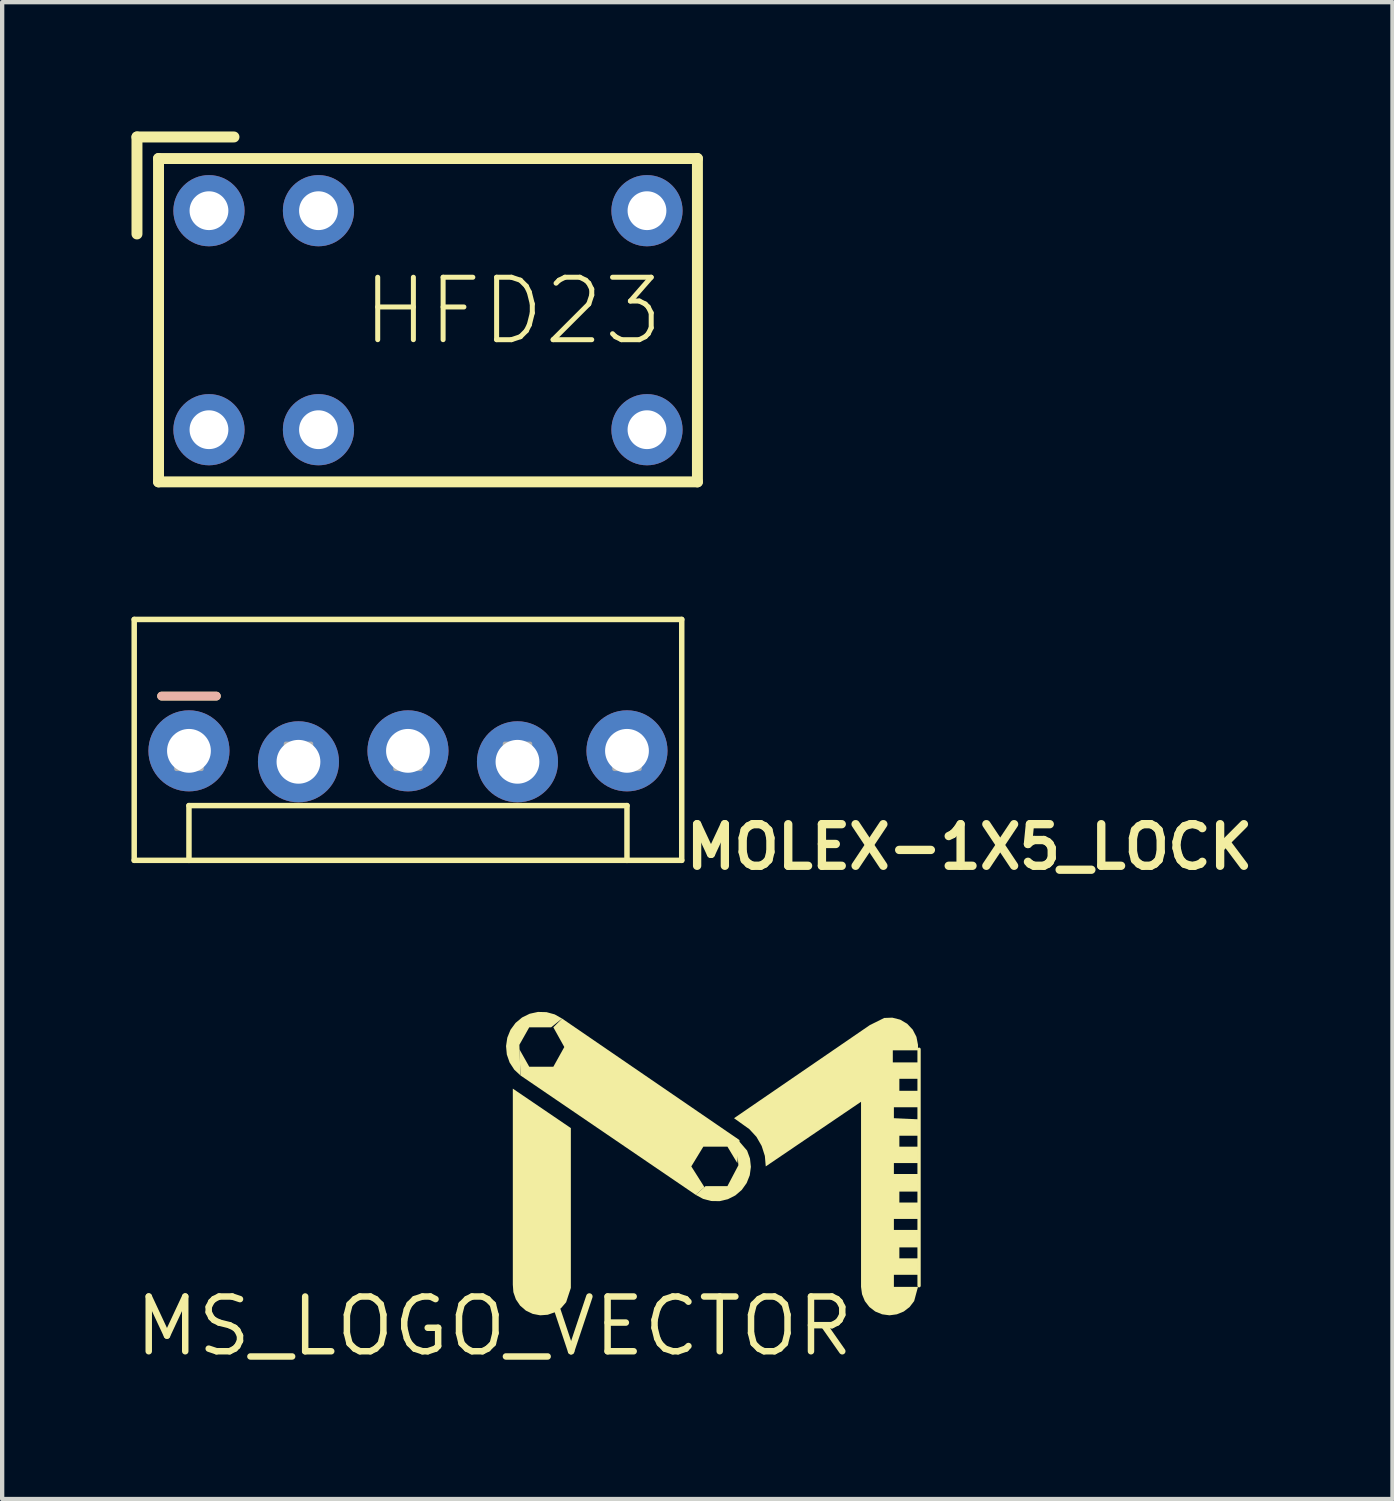
<source format=kicad_pcb>
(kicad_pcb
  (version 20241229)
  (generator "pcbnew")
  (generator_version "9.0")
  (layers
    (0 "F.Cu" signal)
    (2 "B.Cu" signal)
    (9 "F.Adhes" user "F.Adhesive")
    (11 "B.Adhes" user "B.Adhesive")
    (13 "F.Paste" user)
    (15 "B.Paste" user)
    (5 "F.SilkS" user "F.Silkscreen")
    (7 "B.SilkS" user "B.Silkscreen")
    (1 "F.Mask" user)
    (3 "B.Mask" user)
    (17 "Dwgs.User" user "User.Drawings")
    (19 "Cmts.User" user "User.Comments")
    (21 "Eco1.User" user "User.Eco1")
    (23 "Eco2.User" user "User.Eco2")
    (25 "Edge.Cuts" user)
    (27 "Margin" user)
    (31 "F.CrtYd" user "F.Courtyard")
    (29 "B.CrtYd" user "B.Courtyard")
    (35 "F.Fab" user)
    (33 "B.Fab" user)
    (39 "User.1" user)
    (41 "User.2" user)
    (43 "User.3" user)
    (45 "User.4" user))
  (footprint "MOLEX-1X5_LOCK"
    (layer "F.Cu")
    (at 1.333 14.366)
    (property "Reference" "MOLEX-1X5_LOCK" (at 11.43 2.794 180) (layer "F.SilkS") (effects (font (size 0.965 0.965) (thickness 0.193)) (justify left bottom)))
    (attr through_hole)
    (fp_line (start -1.27 -3.048) (end -1.27 2.54) (stroke (width 0.127) (type solid)) (layer "F.SilkS"))
    (fp_line (start -0.635 -1.27) (end 0.635 -1.27) (stroke (width 0.203) (type solid)) (layer "F.SilkS"))
    (fp_line (start 0 1.27) (end 10.16 1.27) (stroke (width 0.127) (type solid)) (layer "F.SilkS"))
    (fp_line (start 0 2.54) (end -1.27 2.54) (stroke (width 0.127) (type solid)) (layer "F.SilkS"))
    (fp_line (start 0 2.54) (end 0 1.27) (stroke (width 0.127) (type solid)) (layer "F.SilkS"))
    (fp_line (start 10.16 1.27) (end 10.16 2.54) (stroke (width 0.127) (type solid)) (layer "F.SilkS"))
    (fp_line (start 10.16 2.54) (end 0 2.54) (stroke (width 0.127) (type solid)) (layer "F.SilkS"))
    (fp_line (start 11.43 -3.048) (end -1.27 -3.048) (stroke (width 0.127) (type solid)) (layer "F.SilkS"))
    (fp_line (start 11.43 -3.048) (end 11.43 2.54) (stroke (width 0.127) (type solid)) (layer "F.SilkS"))
    (fp_line (start 11.43 2.54) (end 10.16 2.54) (stroke (width 0.127) (type solid)) (layer "F.SilkS"))
    (fp_line (start 0.635 -1.27) (end -0.635 -1.27) (stroke (width 0.203) (type solid)) (layer "B.SilkS"))
    (fp_poly (pts (xy -0.292 0.419) (xy 0.292 0.419) (xy 0.292 -0.165) (xy -0.292 -0.165)) (stroke (width 0.1) (type solid)) (fill no) (layer "F.Fab"))
    (fp_poly (pts (xy 2.248 0.419) (xy 2.832 0.419) (xy 2.832 -0.165) (xy 2.248 -0.165)) (stroke (width 0.1) (type solid)) (fill no) (layer "F.Fab"))
    (fp_poly (pts (xy 4.788 0.419) (xy 5.372 0.419) (xy 5.372 -0.165) (xy 4.788 -0.165)) (stroke (width 0.1) (type solid)) (fill no) (layer "F.Fab"))
    (fp_poly (pts (xy 7.328 0.419) (xy 7.912 0.419) (xy 7.912 -0.165) (xy 7.328 -0.165)) (stroke (width 0.1) (type solid)) (fill no) (layer "F.Fab"))
    (fp_poly (pts (xy 9.868 0.419) (xy 10.452 0.419) (xy 10.452 -0.165) (xy 9.868 -0.165)) (stroke (width 0.1) (type solid)) (fill no) (layer "F.Fab"))
    (pad "1" thru_hole circle (at 0 0) (size 1.88 1.88) (drill 1.016) (layers "*.Cu" "*.Mask"))
    (pad "2" thru_hole circle (at 2.54 0.254) (size 1.88 1.88) (drill 1.016) (layers "*.Cu" "*.Mask"))
    (pad "3" thru_hole circle (at 5.08 0) (size 1.88 1.88) (drill 1.016) (layers "*.Cu" "*.Mask"))
    (pad "4" thru_hole circle (at 7.62 0.254) (size 1.88 1.88) (drill 1.016) (layers "*.Cu" "*.Mask"))
    (pad "5" thru_hole circle (at 10.16 0) (size 1.88 1.88) (drill 1.016) (layers "*.Cu" "*.Mask")))
  (footprint "HFD23"
    (layer "F.Cu")
    (at 6.877 4.377)
    (property "Reference" "HFD23" (at -1.587 0.635 0) (layer "F.SilkS") (effects (font (size 1.448 1.448) (thickness 0.116)) (justify left bottom)))
    (attr through_hole)
    (fp_line (start -6.75 -4.25) (end -6.75 -2) (stroke (width 0.254) (type solid)) (layer "F.SilkS"))
    (fp_line (start -6.25 -3.75) (end 6.25 -3.75) (stroke (width 0.254) (type solid)) (layer "F.SilkS"))
    (fp_line (start -6.25 3.75) (end -6.25 -3.75) (stroke (width 0.254) (type solid)) (layer "F.SilkS"))
    (fp_line (start -4.5 -4.25) (end -6.75 -4.25) (stroke (width 0.254) (type solid)) (layer "F.SilkS"))
    (fp_line (start 6.25 -3.75) (end 6.25 3.75) (stroke (width 0.254) (type solid)) (layer "F.SilkS"))
    (fp_line (start 6.25 3.75) (end -6.25 3.75) (stroke (width 0.254) (type solid)) (layer "F.SilkS"))
    (pad "1" thru_hole circle (at -5.08 -2.54) (size 1.651 1.651) (drill 0.9) (layers "*.Cu" "*.Mask"))
    (pad "2" thru_hole circle (at -2.54 -2.54) (size 1.651 1.651) (drill 0.9) (layers "*.Cu" "*.Mask"))
    (pad "3" thru_hole circle (at 5.08 -2.54) (size 1.651 1.651) (drill 0.9) (layers "*.Cu" "*.Mask"))
    (pad "4" thru_hole circle (at 5.08 2.54) (size 1.651 1.651) (drill 0.9) (layers "*.Cu" "*.Mask"))
    (pad "5" thru_hole circle (at -2.54 2.54) (size 1.651 1.651) (drill 0.9) (layers "*.Cu" "*.Mask"))
    (pad "6" thru_hole circle (at -5.08 2.54) (size 1.651 1.651) (drill 0.9) (layers "*.Cu" "*.Mask")))
  (footprint "MS_LOGO_VECTOR"
    (layer "F.Cu")
    (at 8.413 27.713)
    (property "Reference" "MS_LOGO_VECTOR" (at 0 0 0) (layer "F.SilkS") (effects (font (size 1.27 1.27) (thickness 0.15))))
    (attr through_hole)
    (fp_line (start 9.855 -0.94) (end 9.855 -6.426) (stroke (width 0.076) (type solid)) (layer "F.SilkS"))
    (fp_poly (pts (xy 0.432 -5.512) (xy 0.432 -0.965) (xy 0.445 -0.79) (xy 0.503 -0.624) (xy 0.602 -0.478) (xy 0.735 -0.363) (xy 0.894 -0.287) (xy 1.067 -0.254) (xy 1.242 -0.267) (xy 1.408 -0.325) (xy 1.554 -0.424) (xy 1.669 -0.558) (xy 1.778 -0.889) (xy 1.778 -4.597)) (stroke (width 0) (type solid)) (fill yes) (layer "F.SilkS"))
    (fp_poly (pts (xy 0.61 -5.817) (xy 4.674 -3.048) (xy 4.877 -3.226) (xy 4.572 -3.708) (xy 4.851 -4.166) (xy 5.41 -4.166) (xy 5.639 -3.785) (xy 5.69 -4.318) (xy 1.575 -7.137) (xy 1.372 -6.934) (xy 1.626 -6.477) (xy 1.372 -6.02) (xy 0.813 -6.02) (xy 0.584 -6.426)) (stroke (width 0) (type solid)) (fill yes) (layer "F.SilkS"))
    (fp_poly (pts (xy 4.674 -3.048) (xy 4.845 -2.955) (xy 5.034 -2.905) (xy 5.23 -2.902) (xy 5.42 -2.947) (xy 5.594 -3.035) (xy 5.742 -3.162) (xy 5.856 -3.322) (xy 5.928 -3.503) (xy 5.954 -3.697) (xy 5.933 -3.891) (xy 5.866 -4.075) (xy 5.613 -4.369) (xy 5.664 -3.734) (xy 5.41 -3.251) (xy 4.902 -3.251)) (stroke (width 0) (type solid)) (fill yes) (layer "F.SilkS"))
    (fp_poly (pts (xy 1.321 -6.934) (xy 1.575 -7.137) (xy 1.403 -7.234) (xy 1.213 -7.286) (xy 1.016 -7.291) (xy 0.823 -7.249) (xy 0.646 -7.162) (xy 0.495 -7.036) (xy 0.378 -6.876) (xy 0.304 -6.694) (xy 0.275 -6.499) (xy 0.293 -6.303) (xy 0.358 -6.117) (xy 0.466 -5.951) (xy 0.61 -5.817) (xy 0.584 -6.528) (xy 0.813 -6.934)) (stroke (width 0) (type solid)) (fill yes) (layer "F.SilkS"))
    (fp_poly (pts (xy 6.299 -3.708) (xy 8.509 -5.207) (xy 8.509 -0.914) (xy 8.532 -0.743) (xy 8.597 -0.584) (xy 8.702 -0.447) (xy 8.839 -0.342) (xy 8.998 -0.277) (xy 9.169 -0.254) (xy 9.34 -0.277) (xy 9.5 -0.342) (xy 9.636 -0.447) (xy 9.741 -0.584) (xy 9.83 -0.914) (xy 9.271 -0.914) (xy 9.271 -1.194) (xy 9.83 -1.194) (xy 9.83 -1.575) (xy 9.398 -1.575) (xy 9.398 -1.829) (xy 9.83 -1.829) (xy 9.83 -2.235) (xy 9.271 -2.235) (xy 9.271 -2.489) (xy 9.83 -2.489) (xy 9.83 -2.87) (xy 9.398 -2.87) (xy 9.398 -3.124) (xy 9.83 -3.124) (xy 9.83 -3.531) (xy 9.271 -3.531) (xy 9.271 -3.785) (xy 9.83 -3.785) (xy 9.83 -4.166) (xy 9.398 -4.166) (xy 9.398 -4.42) (xy 9.83 -4.42) (xy 9.83 -4.801) (xy 9.271 -4.826) (xy 9.271 -5.08) (xy 9.83 -5.08) (xy 9.83 -5.461) (xy 9.398 -5.461) (xy 9.398 -5.74) (xy 9.83 -5.74) (xy 9.83 -6.121) (xy 9.246 -6.121) (xy 9.246 -6.401) (xy 9.83 -6.401) (xy 9.83 -6.528) (xy 9.83 -6.528) (xy 9.794 -6.713) (xy 9.708 -6.88) (xy 9.579 -7.017) (xy 9.417 -7.112) (xy 9.234 -7.158) (xy 9.046 -7.151) (xy 8.712 -6.985) (xy 5.563 -4.826) (xy 5.918 -4.572) (xy 5.918 -4.572) (xy 6.083 -4.393) (xy 6.204 -4.182) (xy 6.278 -3.951)) (stroke (width 0) (type solid)) (fill yes) (layer "F.SilkS")))
  (gr_rect
    (start -3 -3)
    (end 29.249 31.72)
    (stroke (width 0.1) (type default))
    (fill no)
    (layer "Edge.Cuts")))
</source>
